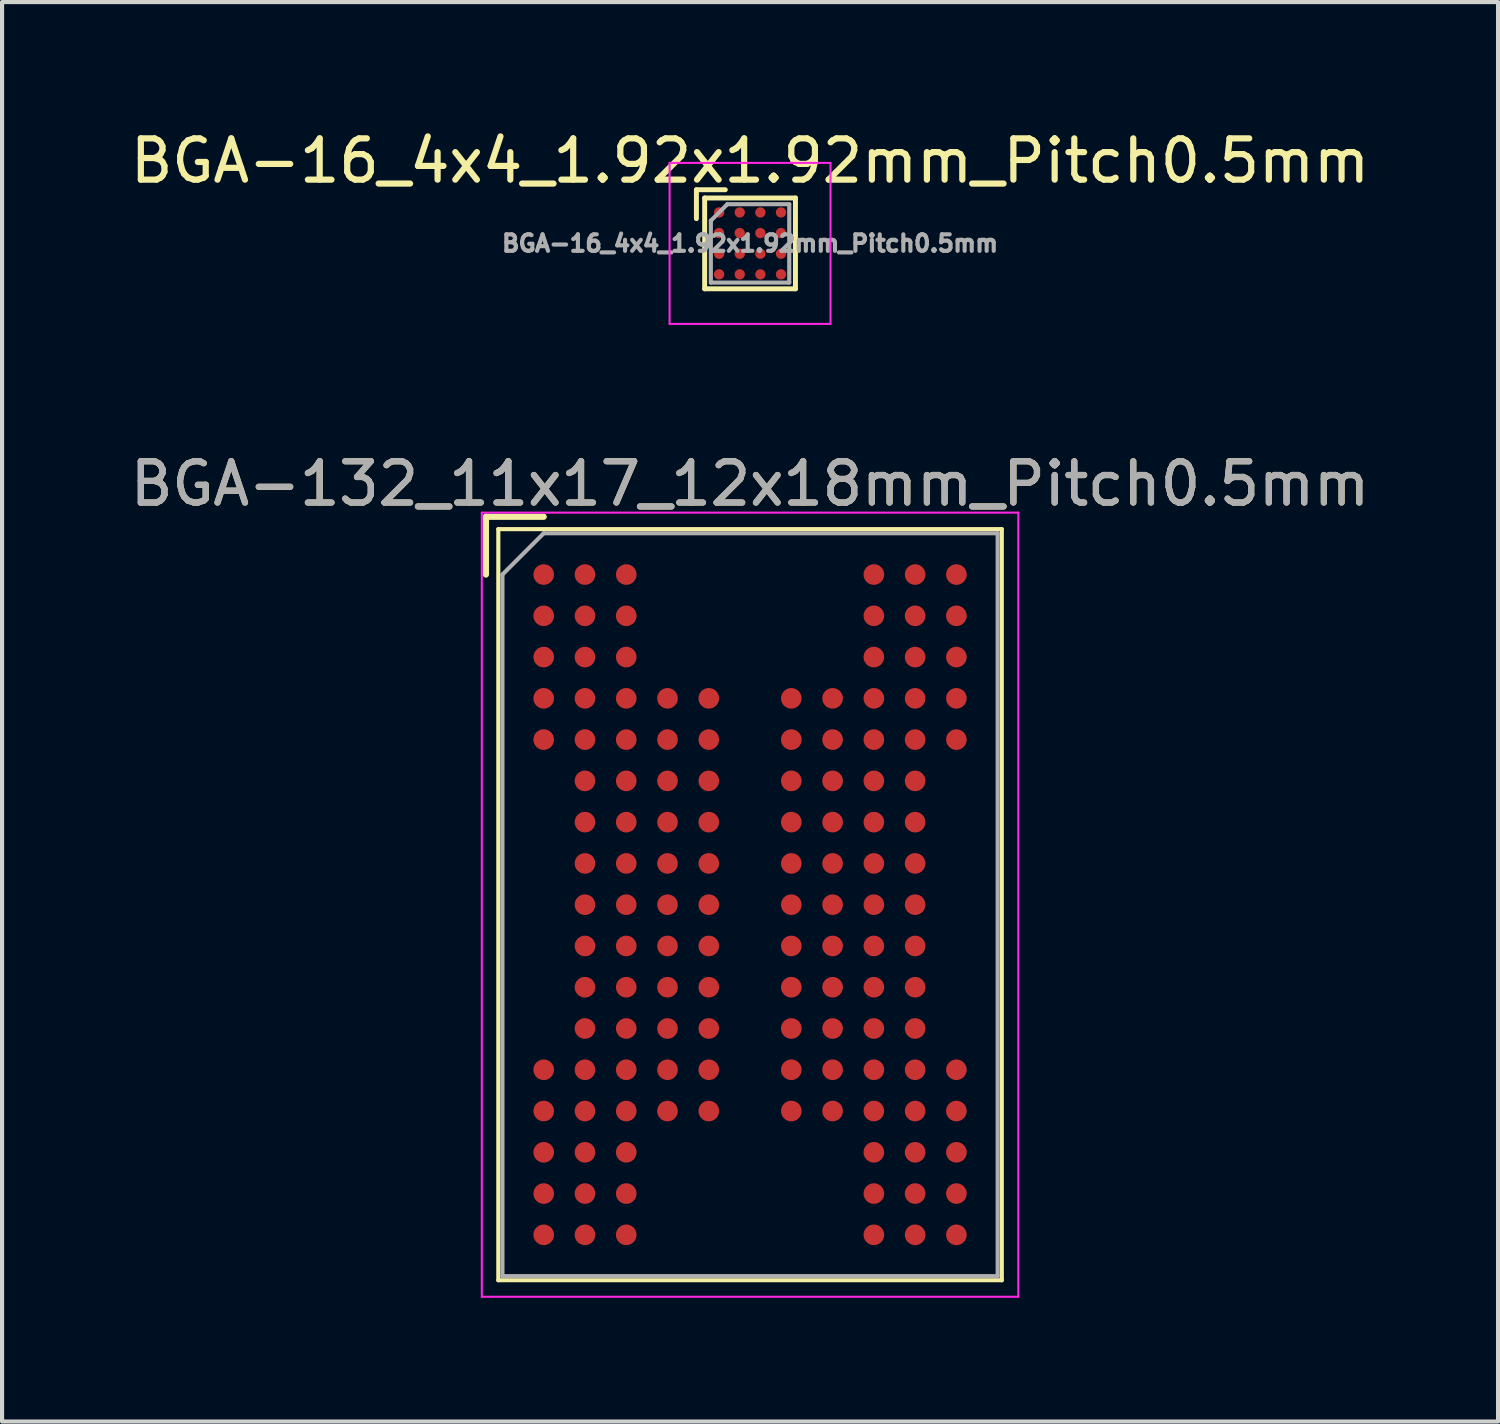
<source format=kicad_pcb>
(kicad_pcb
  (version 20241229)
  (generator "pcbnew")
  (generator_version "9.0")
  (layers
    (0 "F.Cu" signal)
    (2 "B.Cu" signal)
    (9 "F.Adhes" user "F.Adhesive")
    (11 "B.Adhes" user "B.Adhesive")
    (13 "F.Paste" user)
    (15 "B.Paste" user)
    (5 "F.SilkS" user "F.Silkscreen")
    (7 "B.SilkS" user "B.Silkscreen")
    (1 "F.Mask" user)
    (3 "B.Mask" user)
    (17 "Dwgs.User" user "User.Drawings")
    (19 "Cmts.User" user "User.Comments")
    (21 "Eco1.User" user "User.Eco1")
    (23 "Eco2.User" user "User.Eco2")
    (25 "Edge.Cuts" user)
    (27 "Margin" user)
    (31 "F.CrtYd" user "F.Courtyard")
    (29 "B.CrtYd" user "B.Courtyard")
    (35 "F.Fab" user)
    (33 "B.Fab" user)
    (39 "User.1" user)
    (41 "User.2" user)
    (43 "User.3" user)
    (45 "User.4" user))
  (footprint "BGA-132_11x17_12x18mm_Pitch0.5mm"
    (layer "F.Cu")
    (at 15.125 18.872)
    (property "Reference" "BGA-132_11x17_12x18mm_Pitch0.5mm" (at 0 -10.2 0) (layer "F.SilkS") (effects (font (size 1 1) (thickness 0.15))))
    (attr smd)
    (fp_line (start -6.4 -9.4) (end -6.4 -8) (stroke (width 0.15) (type solid)) (layer "F.SilkS"))
    (fp_line (start -6.1 -9.1) (end 6.1 -9.1) (stroke (width 0.1) (type solid)) (layer "F.SilkS"))
    (fp_line (start -6.1 9.1) (end -6.1 -9.1) (stroke (width 0.1) (type solid)) (layer "F.SilkS"))
    (fp_line (start -6.1 9.1) (end 6.1 9.1) (stroke (width 0.1) (type solid)) (layer "F.SilkS"))
    (fp_line (start -5 -9.4) (end -6.4 -9.4) (stroke (width 0.15) (type solid)) (layer "F.SilkS"))
    (fp_line (start 6.1 -9.1) (end 6.1 9.1) (stroke (width 0.1) (type solid)) (layer "F.SilkS"))
    (fp_line (start -6.5 -9.5) (end 6.5 -9.5) (stroke (width 0.05) (type solid)) (layer "F.CrtYd"))
    (fp_line (start -6.5 9.5) (end -6.5 -9.5) (stroke (width 0.05) (type solid)) (layer "F.CrtYd"))
    (fp_line (start 6.5 -9.5) (end 6.5 9.5) (stroke (width 0.05) (type solid)) (layer "F.CrtYd"))
    (fp_line (start 6.5 9.5) (end -6.5 9.5) (stroke (width 0.05) (type solid)) (layer "F.CrtYd"))
    (fp_line (start -6 -8) (end -6 9) (stroke (width 0.1) (type solid)) (layer "F.Fab"))
    (fp_line (start -5 -9) (end -6 -8) (stroke (width 0.1) (type solid)) (layer "F.Fab"))
    (fp_line (start 6 -9) (end -5 -9) (stroke (width 0.1) (type solid)) (layer "F.Fab"))
    (fp_line (start 6 9) (end -6 9) (stroke (width 0.1) (type solid)) (layer "F.Fab"))
    (fp_line (start 6 9) (end 6 -9) (stroke (width 0.1) (type solid)) (layer "F.Fab"))
    (fp_text user "${REFERENCE}" (at 0 -10.2 0) (layer "F.Fab") (effects (font (size 1 1) (thickness 0.15))))
    (pad "A1" smd circle (at -5 -8) (size 0.5 0.5) (layers "F.Cu" "F.Mask" "F.Paste"))
    (pad "A2" smd circle (at -4 -8) (size 0.5 0.5) (layers "F.Cu" "F.Mask" "F.Paste"))
    (pad "A3" smd circle (at -3 -8) (size 0.5 0.5) (layers "F.Cu" "F.Mask" "F.Paste"))
    (pad "A9" smd circle (at 3 -8) (size 0.5 0.5) (layers "F.Cu" "F.Mask" "F.Paste"))
    (pad "A10" smd circle (at 4 -8) (size 0.5 0.5) (layers "F.Cu" "F.Mask" "F.Paste"))
    (pad "A11" smd circle (at 5 -8) (size 0.5 0.5) (layers "F.Cu" "F.Mask" "F.Paste"))
    (pad "B1" smd circle (at -5 -7) (size 0.5 0.5) (layers "F.Cu" "F.Mask" "F.Paste"))
    (pad "B2" smd circle (at -4 -7) (size 0.5 0.5) (layers "F.Cu" "F.Mask" "F.Paste"))
    (pad "B3" smd circle (at -3 -7) (size 0.5 0.5) (layers "F.Cu" "F.Mask" "F.Paste"))
    (pad "B9" smd circle (at 3 -7) (size 0.5 0.5) (layers "F.Cu" "F.Mask" "F.Paste"))
    (pad "B10" smd circle (at 4 -7) (size 0.5 0.5) (layers "F.Cu" "F.Mask" "F.Paste"))
    (pad "B11" smd circle (at 5 -7) (size 0.5 0.5) (layers "F.Cu" "F.Mask" "F.Paste"))
    (pad "C1" smd circle (at -5 -6) (size 0.5 0.5) (layers "F.Cu" "F.Mask" "F.Paste"))
    (pad "C2" smd circle (at -4 -6) (size 0.5 0.5) (layers "F.Cu" "F.Mask" "F.Paste"))
    (pad "C3" smd circle (at -3 -6) (size 0.5 0.5) (layers "F.Cu" "F.Mask" "F.Paste"))
    (pad "C9" smd circle (at 3 -6) (size 0.5 0.5) (layers "F.Cu" "F.Mask" "F.Paste"))
    (pad "C10" smd circle (at 4 -6) (size 0.5 0.5) (layers "F.Cu" "F.Mask" "F.Paste"))
    (pad "C11" smd circle (at 5 -6) (size 0.5 0.5) (layers "F.Cu" "F.Mask" "F.Paste"))
    (pad "D1" smd circle (at -5 -5) (size 0.5 0.5) (layers "F.Cu" "F.Mask" "F.Paste"))
    (pad "D2" smd circle (at -4 -5) (size 0.5 0.5) (layers "F.Cu" "F.Mask" "F.Paste"))
    (pad "D3" smd circle (at -3 -5) (size 0.5 0.5) (layers "F.Cu" "F.Mask" "F.Paste"))
    (pad "D4" smd circle (at -2 -5) (size 0.5 0.5) (layers "F.Cu" "F.Mask" "F.Paste"))
    (pad "D5" smd circle (at -1 -5) (size 0.5 0.5) (layers "F.Cu" "F.Mask" "F.Paste"))
    (pad "D7" smd circle (at 1 -5) (size 0.5 0.5) (layers "F.Cu" "F.Mask" "F.Paste"))
    (pad "D8" smd circle (at 2 -5) (size 0.5 0.5) (layers "F.Cu" "F.Mask" "F.Paste"))
    (pad "D9" smd circle (at 3 -5) (size 0.5 0.5) (layers "F.Cu" "F.Mask" "F.Paste"))
    (pad "D10" smd circle (at 4 -5) (size 0.5 0.5) (layers "F.Cu" "F.Mask" "F.Paste"))
    (pad "D11" smd circle (at 5 -5) (size 0.5 0.5) (layers "F.Cu" "F.Mask" "F.Paste"))
    (pad "E1" smd circle (at -5 -4) (size 0.5 0.5) (layers "F.Cu" "F.Mask" "F.Paste"))
    (pad "E2" smd circle (at -4 -4) (size 0.5 0.5) (layers "F.Cu" "F.Mask" "F.Paste"))
    (pad "E3" smd circle (at -3 -4) (size 0.5 0.5) (layers "F.Cu" "F.Mask" "F.Paste"))
    (pad "E4" smd circle (at -2 -4) (size 0.5 0.5) (layers "F.Cu" "F.Mask" "F.Paste"))
    (pad "E5" smd circle (at -1 -4) (size 0.5 0.5) (layers "F.Cu" "F.Mask" "F.Paste"))
    (pad "E7" smd circle (at 1 -4) (size 0.5 0.5) (layers "F.Cu" "F.Mask" "F.Paste"))
    (pad "E8" smd circle (at 2 -4) (size 0.5 0.5) (layers "F.Cu" "F.Mask" "F.Paste"))
    (pad "E9" smd circle (at 3 -4) (size 0.5 0.5) (layers "F.Cu" "F.Mask" "F.Paste"))
    (pad "E10" smd circle (at 4 -4) (size 0.5 0.5) (layers "F.Cu" "F.Mask" "F.Paste"))
    (pad "E11" smd circle (at 5 -4) (size 0.5 0.5) (layers "F.Cu" "F.Mask" "F.Paste"))
    (pad "F2" smd circle (at -4 -3) (size 0.5 0.5) (layers "F.Cu" "F.Mask" "F.Paste"))
    (pad "F3" smd circle (at -3 -3) (size 0.5 0.5) (layers "F.Cu" "F.Mask" "F.Paste"))
    (pad "F4" smd circle (at -2 -3) (size 0.5 0.5) (layers "F.Cu" "F.Mask" "F.Paste"))
    (pad "F5" smd circle (at -1 -3) (size 0.5 0.5) (layers "F.Cu" "F.Mask" "F.Paste"))
    (pad "F7" smd circle (at 1 -3) (size 0.5 0.5) (layers "F.Cu" "F.Mask" "F.Paste"))
    (pad "F8" smd circle (at 2 -3) (size 0.5 0.5) (layers "F.Cu" "F.Mask" "F.Paste"))
    (pad "F9" smd circle (at 3 -3) (size 0.5 0.5) (layers "F.Cu" "F.Mask" "F.Paste"))
    (pad "F10" smd circle (at 4 -3) (size 0.5 0.5) (layers "F.Cu" "F.Mask" "F.Paste"))
    (pad "G2" smd circle (at -4 -2) (size 0.5 0.5) (layers "F.Cu" "F.Mask" "F.Paste"))
    (pad "G3" smd circle (at -3 -2) (size 0.5 0.5) (layers "F.Cu" "F.Mask" "F.Paste"))
    (pad "G4" smd circle (at -2 -2) (size 0.5 0.5) (layers "F.Cu" "F.Mask" "F.Paste"))
    (pad "G5" smd circle (at -1 -2) (size 0.5 0.5) (layers "F.Cu" "F.Mask" "F.Paste"))
    (pad "G7" smd circle (at 1 -2) (size 0.5 0.5) (layers "F.Cu" "F.Mask" "F.Paste"))
    (pad "G8" smd circle (at 2 -2) (size 0.5 0.5) (layers "F.Cu" "F.Mask" "F.Paste"))
    (pad "G9" smd circle (at 3 -2) (size 0.5 0.5) (layers "F.Cu" "F.Mask" "F.Paste"))
    (pad "G10" smd circle (at 4 -2) (size 0.5 0.5) (layers "F.Cu" "F.Mask" "F.Paste"))
    (pad "H2" smd circle (at -4 -1) (size 0.5 0.5) (layers "F.Cu" "F.Mask" "F.Paste"))
    (pad "H3" smd circle (at -3 -1) (size 0.5 0.5) (layers "F.Cu" "F.Mask" "F.Paste"))
    (pad "H4" smd circle (at -2 -1) (size 0.5 0.5) (layers "F.Cu" "F.Mask" "F.Paste"))
    (pad "H5" smd circle (at -1 -1) (size 0.5 0.5) (layers "F.Cu" "F.Mask" "F.Paste"))
    (pad "H7" smd circle (at 1 -1) (size 0.5 0.5) (layers "F.Cu" "F.Mask" "F.Paste"))
    (pad "H8" smd circle (at 2 -1) (size 0.5 0.5) (layers "F.Cu" "F.Mask" "F.Paste"))
    (pad "H9" smd circle (at 3 -1) (size 0.5 0.5) (layers "F.Cu" "F.Mask" "F.Paste"))
    (pad "H10" smd circle (at 4 -1) (size 0.5 0.5) (layers "F.Cu" "F.Mask" "F.Paste"))
    (pad "J2" smd circle (at -4 0) (size 0.5 0.5) (layers "F.Cu" "F.Mask" "F.Paste"))
    (pad "J3" smd circle (at -3 0) (size 0.5 0.5) (layers "F.Cu" "F.Mask" "F.Paste"))
    (pad "J4" smd circle (at -2 0) (size 0.5 0.5) (layers "F.Cu" "F.Mask" "F.Paste"))
    (pad "J5" smd circle (at -1 0) (size 0.5 0.5) (layers "F.Cu" "F.Mask" "F.Paste"))
    (pad "J7" smd circle (at 1 0) (size 0.5 0.5) (layers "F.Cu" "F.Mask" "F.Paste"))
    (pad "J8" smd circle (at 2 0) (size 0.5 0.5) (layers "F.Cu" "F.Mask" "F.Paste"))
    (pad "J9" smd circle (at 3 0) (size 0.5 0.5) (layers "F.Cu" "F.Mask" "F.Paste"))
    (pad "J10" smd circle (at 4 0) (size 0.5 0.5) (layers "F.Cu" "F.Mask" "F.Paste"))
    (pad "K2" smd circle (at -4 1) (size 0.5 0.5) (layers "F.Cu" "F.Mask" "F.Paste"))
    (pad "K3" smd circle (at -3 1) (size 0.5 0.5) (layers "F.Cu" "F.Mask" "F.Paste"))
    (pad "K4" smd circle (at -2 1) (size 0.5 0.5) (layers "F.Cu" "F.Mask" "F.Paste"))
    (pad "K5" smd circle (at -1 1) (size 0.5 0.5) (layers "F.Cu" "F.Mask" "F.Paste"))
    (pad "K7" smd circle (at 1 1) (size 0.5 0.5) (layers "F.Cu" "F.Mask" "F.Paste"))
    (pad "K8" smd circle (at 2 1) (size 0.5 0.5) (layers "F.Cu" "F.Mask" "F.Paste"))
    (pad "K9" smd circle (at 3 1) (size 0.5 0.5) (layers "F.Cu" "F.Mask" "F.Paste"))
    (pad "K10" smd circle (at 4 1) (size 0.5 0.5) (layers "F.Cu" "F.Mask" "F.Paste"))
    (pad "L2" smd circle (at -4 2) (size 0.5 0.5) (layers "F.Cu" "F.Mask" "F.Paste"))
    (pad "L3" smd circle (at -3 2) (size 0.5 0.5) (layers "F.Cu" "F.Mask" "F.Paste"))
    (pad "L4" smd circle (at -2 2) (size 0.5 0.5) (layers "F.Cu" "F.Mask" "F.Paste"))
    (pad "L5" smd circle (at -1 2) (size 0.5 0.5) (layers "F.Cu" "F.Mask" "F.Paste"))
    (pad "L7" smd circle (at 1 2) (size 0.5 0.5) (layers "F.Cu" "F.Mask" "F.Paste"))
    (pad "L8" smd circle (at 2 2) (size 0.5 0.5) (layers "F.Cu" "F.Mask" "F.Paste"))
    (pad "L9" smd circle (at 3 2) (size 0.5 0.5) (layers "F.Cu" "F.Mask" "F.Paste"))
    (pad "L10" smd circle (at 4 2) (size 0.5 0.5) (layers "F.Cu" "F.Mask" "F.Paste"))
    (pad "M2" smd circle (at -4 3) (size 0.5 0.5) (layers "F.Cu" "F.Mask" "F.Paste"))
    (pad "M3" smd circle (at -3 3) (size 0.5 0.5) (layers "F.Cu" "F.Mask" "F.Paste"))
    (pad "M4" smd circle (at -2 3) (size 0.5 0.5) (layers "F.Cu" "F.Mask" "F.Paste"))
    (pad "M5" smd circle (at -1 3) (size 0.5 0.5) (layers "F.Cu" "F.Mask" "F.Paste"))
    (pad "M7" smd circle (at 1 3) (size 0.5 0.5) (layers "F.Cu" "F.Mask" "F.Paste"))
    (pad "M8" smd circle (at 2 3) (size 0.5 0.5) (layers "F.Cu" "F.Mask" "F.Paste"))
    (pad "M9" smd circle (at 3 3) (size 0.5 0.5) (layers "F.Cu" "F.Mask" "F.Paste"))
    (pad "M10" smd circle (at 4 3) (size 0.5 0.5) (layers "F.Cu" "F.Mask" "F.Paste"))
    (pad "N1" smd circle (at -5 4) (size 0.5 0.5) (layers "F.Cu" "F.Mask" "F.Paste"))
    (pad "N2" smd circle (at -4 4) (size 0.5 0.5) (layers "F.Cu" "F.Mask" "F.Paste"))
    (pad "N3" smd circle (at -3 4) (size 0.5 0.5) (layers "F.Cu" "F.Mask" "F.Paste"))
    (pad "N4" smd circle (at -2 4) (size 0.5 0.5) (layers "F.Cu" "F.Mask" "F.Paste"))
    (pad "N5" smd circle (at -1 4) (size 0.5 0.5) (layers "F.Cu" "F.Mask" "F.Paste"))
    (pad "N7" smd circle (at 1 4) (size 0.5 0.5) (layers "F.Cu" "F.Mask" "F.Paste"))
    (pad "N8" smd circle (at 2 4) (size 0.5 0.5) (layers "F.Cu" "F.Mask" "F.Paste"))
    (pad "N9" smd circle (at 3 4) (size 0.5 0.5) (layers "F.Cu" "F.Mask" "F.Paste"))
    (pad "N10" smd circle (at 4 4) (size 0.5 0.5) (layers "F.Cu" "F.Mask" "F.Paste"))
    (pad "N11" smd circle (at 5 4) (size 0.5 0.5) (layers "F.Cu" "F.Mask" "F.Paste"))
    (pad "P1" smd circle (at -5 5) (size 0.5 0.5) (layers "F.Cu" "F.Mask" "F.Paste"))
    (pad "P2" smd circle (at -4 5) (size 0.5 0.5) (layers "F.Cu" "F.Mask" "F.Paste"))
    (pad "P3" smd circle (at -3 5) (size 0.5 0.5) (layers "F.Cu" "F.Mask" "F.Paste"))
    (pad "P4" smd circle (at -2 5) (size 0.5 0.5) (layers "F.Cu" "F.Mask" "F.Paste"))
    (pad "P5" smd circle (at -1 5) (size 0.5 0.5) (layers "F.Cu" "F.Mask" "F.Paste"))
    (pad "P7" smd circle (at 1 5) (size 0.5 0.5) (layers "F.Cu" "F.Mask" "F.Paste"))
    (pad "P8" smd circle (at 2 5) (size 0.5 0.5) (layers "F.Cu" "F.Mask" "F.Paste"))
    (pad "P9" smd circle (at 3 5) (size 0.5 0.5) (layers "F.Cu" "F.Mask" "F.Paste"))
    (pad "P10" smd circle (at 4 5) (size 0.5 0.5) (layers "F.Cu" "F.Mask" "F.Paste"))
    (pad "P11" smd circle (at 5 5) (size 0.5 0.5) (layers "F.Cu" "F.Mask" "F.Paste"))
    (pad "R1" smd circle (at -5 6) (size 0.5 0.5) (layers "F.Cu" "F.Mask" "F.Paste"))
    (pad "R2" smd circle (at -4 6) (size 0.5 0.5) (layers "F.Cu" "F.Mask" "F.Paste"))
    (pad "R3" smd circle (at -3 6) (size 0.5 0.5) (layers "F.Cu" "F.Mask" "F.Paste"))
    (pad "R9" smd circle (at 3 6) (size 0.5 0.5) (layers "F.Cu" "F.Mask" "F.Paste"))
    (pad "R10" smd circle (at 4 6) (size 0.5 0.5) (layers "F.Cu" "F.Mask" "F.Paste"))
    (pad "R11" smd circle (at 5 6) (size 0.5 0.5) (layers "F.Cu" "F.Mask" "F.Paste"))
    (pad "T1" smd circle (at -5 7) (size 0.5 0.5) (layers "F.Cu" "F.Mask" "F.Paste"))
    (pad "T2" smd circle (at -4 7) (size 0.5 0.5) (layers "F.Cu" "F.Mask" "F.Paste"))
    (pad "T3" smd circle (at -3 7) (size 0.5 0.5) (layers "F.Cu" "F.Mask" "F.Paste"))
    (pad "T9" smd circle (at 3 7) (size 0.5 0.5) (layers "F.Cu" "F.Mask" "F.Paste"))
    (pad "T10" smd circle (at 4 7) (size 0.5 0.5) (layers "F.Cu" "F.Mask" "F.Paste"))
    (pad "T11" smd circle (at 5 7) (size 0.5 0.5) (layers "F.Cu" "F.Mask" "F.Paste"))
    (pad "U1" smd circle (at -5 8) (size 0.5 0.5) (layers "F.Cu" "F.Mask" "F.Paste"))
    (pad "U2" smd circle (at -4 8) (size 0.5 0.5) (layers "F.Cu" "F.Mask" "F.Paste"))
    (pad "U3" smd circle (at -3 8) (size 0.5 0.5) (layers "F.Cu" "F.Mask" "F.Paste"))
    (pad "U9" smd circle (at 3 8) (size 0.5 0.5) (layers "F.Cu" "F.Mask" "F.Paste"))
    (pad "U10" smd circle (at 4 8) (size 0.5 0.5) (layers "F.Cu" "F.Mask" "F.Paste"))
    (pad "U11" smd circle (at 5 8) (size 0.5 0.5) (layers "F.Cu" "F.Mask" "F.Paste")))
  (footprint "BGA-16_4x4_1.92x1.92mm_Pitch0.5mm"
    (layer "F.Cu")
    (at 15.125 2.848)
    (property "Reference" "BGA-16_4x4_1.92x1.92mm_Pitch0.5mm" (at 0 -2 0) (layer "F.SilkS") (effects (font (size 1 1) (thickness 0.15))))
    (attr smd)
    (fp_line (start -1.3 -1.3) (end -1.3 -0.6) (stroke (width 0.12) (type solid)) (layer "F.SilkS"))
    (fp_line (start -1.1 -1.1) (end 1.1 -1.1) (stroke (width 0.12) (type solid)) (layer "F.SilkS"))
    (fp_line (start -1.1 1.1) (end -1.1 -1.1) (stroke (width 0.12) (type solid)) (layer "F.SilkS"))
    (fp_line (start -0.6 -1.3) (end -1.3 -1.3) (stroke (width 0.12) (type solid)) (layer "F.SilkS"))
    (fp_line (start 1.1 -1.1) (end 1.1 1.1) (stroke (width 0.12) (type solid)) (layer "F.SilkS"))
    (fp_line (start 1.1 1.1) (end -1.1 1.1) (stroke (width 0.12) (type solid)) (layer "F.SilkS"))
    (fp_line (start -1.95 -1.95) (end -1.95 1.95) (stroke (width 0.05) (type solid)) (layer "F.CrtYd"))
    (fp_line (start -1.95 -1.95) (end 1.95 -1.95) (stroke (width 0.05) (type solid)) (layer "F.CrtYd"))
    (fp_line (start 1.95 1.95) (end -1.95 1.95) (stroke (width 0.05) (type solid)) (layer "F.CrtYd"))
    (fp_line (start 1.95 1.95) (end 1.95 -1.95) (stroke (width 0.05) (type solid)) (layer "F.CrtYd"))
    (fp_line (start -0.95 -0.55) (end -0.55 -0.95) (stroke (width 0.1) (type solid)) (layer "F.Fab"))
    (fp_line (start -0.95 0.95) (end -0.95 -0.55) (stroke (width 0.1) (type solid)) (layer "F.Fab"))
    (fp_line (start -0.55 -0.95) (end 0.95 -0.95) (stroke (width 0.1) (type solid)) (layer "F.Fab"))
    (fp_line (start 0.95 -0.95) (end 0.95 0.95) (stroke (width 0.1) (type solid)) (layer "F.Fab"))
    (fp_line (start 0.95 0.95) (end -0.95 0.95) (stroke (width 0.1) (type solid)) (layer "F.Fab"))
    (fp_text user "${REFERENCE}" (at 0 0 0) (layer "F.Fab") (effects (font (size 0.4 0.4) (thickness 0.1))))
    (pad "A1" smd circle (at -0.75 -0.75) (size 0.25 0.25) (layers "F.Cu" "F.Mask" "F.Paste"))
    (pad "A2" smd circle (at -0.25 -0.75) (size 0.25 0.25) (layers "F.Cu" "F.Mask" "F.Paste"))
    (pad "A3" smd circle (at 0.25 -0.75) (size 0.25 0.25) (layers "F.Cu" "F.Mask" "F.Paste"))
    (pad "A4" smd circle (at 0.75 -0.75) (size 0.25 0.25) (layers "F.Cu" "F.Mask" "F.Paste"))
    (pad "B1" smd circle (at -0.75 -0.25) (size 0.25 0.25) (layers "F.Cu" "F.Mask" "F.Paste"))
    (pad "B2" smd circle (at -0.25 -0.25) (size 0.25 0.25) (layers "F.Cu" "F.Mask" "F.Paste"))
    (pad "B3" smd circle (at 0.25 -0.25) (size 0.25 0.25) (layers "F.Cu" "F.Mask" "F.Paste"))
    (pad "B4" smd circle (at 0.75 -0.25) (size 0.25 0.25) (layers "F.Cu" "F.Mask" "F.Paste"))
    (pad "C1" smd circle (at -0.75 0.25) (size 0.25 0.25) (layers "F.Cu" "F.Mask" "F.Paste"))
    (pad "C2" smd circle (at -0.25 0.25) (size 0.25 0.25) (layers "F.Cu" "F.Mask" "F.Paste"))
    (pad "C3" smd circle (at 0.25 0.25) (size 0.25 0.25) (layers "F.Cu" "F.Mask" "F.Paste"))
    (pad "C4" smd circle (at 0.75 0.25) (size 0.25 0.25) (layers "F.Cu" "F.Mask" "F.Paste"))
    (pad "D1" smd circle (at -0.75 0.75) (size 0.25 0.25) (layers "F.Cu" "F.Mask" "F.Paste"))
    (pad "D2" smd circle (at -0.25 0.75) (size 0.25 0.25) (layers "F.Cu" "F.Mask" "F.Paste"))
    (pad "D3" smd circle (at 0.25 0.75) (size 0.25 0.25) (layers "F.Cu" "F.Mask" "F.Paste"))
    (pad "D4" smd circle (at 0.75 0.75) (size 0.25 0.25) (layers "F.Cu" "F.Mask" "F.Paste")))
  (gr_rect
    (start -3 -3)
    (end 33.25 31.396)
    (stroke (width 0.1) (type default))
    (fill no)
    (layer "Edge.Cuts")))
</source>
